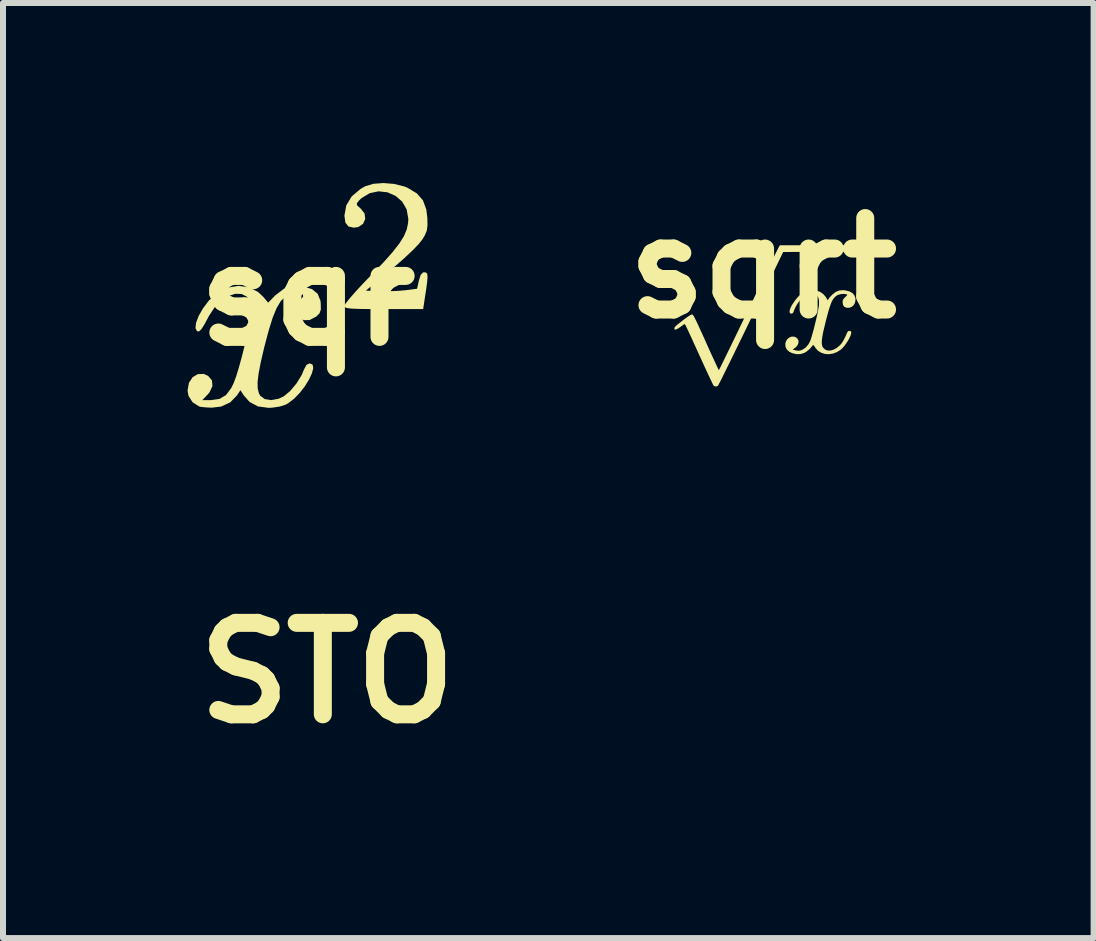
<source format=kicad_pcb>
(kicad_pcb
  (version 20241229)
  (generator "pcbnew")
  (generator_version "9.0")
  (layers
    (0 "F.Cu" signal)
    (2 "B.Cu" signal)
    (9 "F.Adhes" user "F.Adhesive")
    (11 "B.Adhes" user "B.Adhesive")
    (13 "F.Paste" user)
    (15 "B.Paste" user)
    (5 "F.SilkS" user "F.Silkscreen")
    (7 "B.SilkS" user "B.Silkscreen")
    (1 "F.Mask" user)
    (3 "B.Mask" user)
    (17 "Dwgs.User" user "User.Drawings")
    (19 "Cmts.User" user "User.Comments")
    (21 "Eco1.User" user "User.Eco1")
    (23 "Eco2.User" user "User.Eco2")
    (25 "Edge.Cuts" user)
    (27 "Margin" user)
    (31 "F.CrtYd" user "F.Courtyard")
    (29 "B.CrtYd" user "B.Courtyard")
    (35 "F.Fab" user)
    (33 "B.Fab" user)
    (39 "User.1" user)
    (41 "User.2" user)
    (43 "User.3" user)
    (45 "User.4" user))
  (footprint "sqr"
    (layer "F.Cu")
    (at 2.076 1.874)
    (property "Reference" "sqr" (at 0 0 0) (layer "F.SilkS") (effects (font (size 1.524 1.524) (thickness 0.3))))
    (attr board_only exclude_from_pos_files exclude_from_bom)
    (fp_poly (pts (xy 1.443 -1.859) (xy 1.611 -1.817) (xy 1.665 -1.795) (xy 1.819 -1.702) (xy 1.921 -1.587) (xy 1.977 -1.436) (xy 1.995 -1.292) (xy 1.997 -1.169) (xy 1.986 -1.082) (xy 1.953 -1.003) (xy 1.91 -0.932) (xy 1.847 -0.853) (xy 1.742 -0.745) (xy 1.604 -0.616) (xy 1.443 -0.475) (xy 1.392 -0.432) (xy 0.97 -0.081) (xy 1.203 -0.072) (xy 1.357 -0.071) (xy 1.518 -0.078) (xy 1.63 -0.088) (xy 1.824 -0.113) (xy 1.854 -0.25) (xy 1.884 -0.344) (xy 1.923 -0.384) (xy 1.943 -0.387) (xy 1.975 -0.382) (xy 1.993 -0.36) (xy 1.998 -0.309) (xy 1.991 -0.219) (xy 1.972 -0.08) (xy 1.963 -0.024) (xy 1.925 0.226) (xy 1.269 0.226) (xy 1.047 0.226) (xy 0.882 0.224) (xy 0.764 0.22) (xy 0.687 0.214) (xy 0.641 0.205) (xy 0.62 0.191) (xy 0.614 0.173) (xy 0.614 0.169) (xy 0.636 0.13) (xy 0.696 0.053) (xy 0.789 -0.053) (xy 0.907 -0.182) (xy 1.044 -0.324) (xy 1.067 -0.348) (xy 1.264 -0.552) (xy 1.415 -0.722) (xy 1.527 -0.865) (xy 1.605 -0.989) (xy 1.652 -1.102) (xy 1.674 -1.209) (xy 1.678 -1.275) (xy 1.65 -1.435) (xy 1.575 -1.565) (xy 1.464 -1.661) (xy 1.329 -1.72) (xy 1.182 -1.736) (xy 1.034 -1.705) (xy 0.898 -1.623) (xy 0.853 -1.579) (xy 0.819 -1.534) (xy 0.826 -1.5) (xy 0.879 -1.453) (xy 0.883 -1.45) (xy 0.949 -1.367) (xy 0.96 -1.276) (xy 0.924 -1.195) (xy 0.846 -1.142) (xy 0.77 -1.13) (xy 0.68 -1.15) (xy 0.629 -1.215) (xy 0.613 -1.33) (xy 0.613 -1.331) (xy 0.644 -1.502) (xy 0.734 -1.651) (xy 0.882 -1.776) (xy 0.959 -1.82) (xy 1.094 -1.861) (xy 1.263 -1.874)) (stroke (width 0) (type solid)) (fill yes) (layer "F.SilkS"))
    (fp_poly (pts (xy -0.979 -0.136) (xy -0.826 -0.059) (xy -0.736 0.026) (xy -0.658 0.119) (xy -0.537 -0.004) (xy -0.398 -0.11) (xy -0.243 -0.157) (xy -0.072 -0.15) (xy 0.074 -0.106) (xy 0.168 -0.028) (xy 0.214 0.089) (xy 0.219 0.137) (xy 0.22 0.235) (xy 0.198 0.297) (xy 0.145 0.35) (xy 0.143 0.351) (xy 0.033 0.409) (xy -0.07 0.411) (xy -0.143 0.369) (xy -0.187 0.285) (xy -0.186 0.183) (xy -0.142 0.094) (xy -0.129 0.081) (xy -0.075 0.02) (xy -0.078 -0.015) (xy -0.141 -0.031) (xy -0.189 -0.032) (xy -0.287 -0.02) (xy -0.372 0.019) (xy -0.447 0.093) (xy -0.515 0.206) (xy -0.581 0.365) (xy -0.647 0.576) (xy -0.718 0.844) (xy -0.725 0.872) (xy -0.781 1.112) (xy -0.817 1.3) (xy -0.834 1.442) (xy -0.832 1.549) (xy -0.812 1.629) (xy -0.789 1.671) (xy -0.714 1.726) (xy -0.606 1.743) (xy -0.483 1.72) (xy -0.396 1.679) (xy -0.289 1.59) (xy -0.183 1.462) (xy -0.097 1.321) (xy -0.064 1.24) (xy -0.019 1.155) (xy 0.035 1.13) (xy 0.083 1.152) (xy 0.094 1.211) (xy 0.071 1.297) (xy 0.022 1.402) (xy -0.047 1.514) (xy -0.132 1.623) (xy -0.227 1.721) (xy -0.325 1.796) (xy -0.369 1.82) (xy -0.467 1.851) (xy -0.591 1.869) (xy -0.65 1.872) (xy -0.828 1.848) (xy -0.967 1.774) (xy -1.064 1.664) (xy -1.12 1.578) (xy -1.175 1.662) (xy -1.29 1.781) (xy -1.443 1.851) (xy -1.598 1.869) (xy -1.702 1.864) (xy -1.783 1.855) (xy -1.807 1.849) (xy -1.917 1.779) (xy -1.985 1.672) (xy -2.001 1.583) (xy -1.978 1.456) (xy -1.917 1.362) (xy -1.83 1.31) (xy -1.73 1.307) (xy -1.659 1.339) (xy -1.595 1.413) (xy -1.586 1.508) (xy -1.633 1.611) (xy -1.668 1.652) (xy -1.755 1.743) (xy -1.608 1.743) (xy -1.469 1.723) (xy -1.361 1.66) (xy -1.274 1.544) (xy -1.231 1.456) (xy -1.191 1.348) (xy -1.145 1.197) (xy -1.096 1.019) (xy -1.048 0.828) (xy -1.005 0.64) (xy -0.969 0.469) (xy -0.945 0.329) (xy -0.936 0.236) (xy -0.936 0.236) (xy -0.957 0.105) (xy -1.015 0.018) (xy -1.101 -0.026) (xy -1.207 -0.028) (xy -1.323 0.01) (xy -1.441 0.087) (xy -1.553 0.201) (xy -1.65 0.35) (xy -1.652 0.356) (xy -1.722 0.486) (xy -1.772 0.564) (xy -1.81 0.598) (xy -1.841 0.596) (xy -1.842 0.596) (xy -1.869 0.544) (xy -1.859 0.455) (xy -1.816 0.341) (xy -1.743 0.214) (xy -1.647 0.086) (xy -1.638 0.077) (xy -1.489 -0.054) (xy -1.321 -0.133) (xy -1.148 -0.161)) (stroke (width 0) (type solid)) (fill yes) (layer "F.SilkS")))
  (footprint "sqrt"
    (layer "F.Cu")
    (at 9.662 1.418)
    (property "Reference" "sqrt" (at 0 0 0) (layer "F.SilkS") (effects (font (size 1.524 1.524) (thickness 0.3))))
    (attr board_only exclude_from_pos_files exclude_from_bom)
    (fp_poly (pts (xy 1.651 -0.274) (xy 0.338 -0.269) (xy -0.198 0.84) (xy -0.265 0.979) (xy -0.329 1.112) (xy -0.392 1.24) (xy -0.451 1.361) (xy -0.506 1.474) (xy -0.557 1.578) (xy -0.603 1.671) (xy -0.644 1.754) (xy -0.678 1.824) (xy -0.707 1.881) (xy -0.729 1.923) (xy -0.743 1.951) (xy -0.75 1.961) (xy -0.75 1.961) (xy -0.778 1.972) (xy -0.806 1.968) (xy -0.822 1.956) (xy -0.829 1.944) (xy -0.843 1.916) (xy -0.863 1.874) (xy -0.889 1.819) (xy -0.92 1.753) (xy -0.955 1.678) (xy -0.993 1.595) (xy -1.033 1.507) (xy -1.05 1.47) (xy -1.101 1.358) (xy -1.145 1.262) (xy -1.181 1.181) (xy -1.212 1.115) (xy -1.237 1.061) (xy -1.257 1.018) (xy -1.272 0.986) (xy -1.284 0.962) (xy -1.293 0.946) (xy -1.3 0.937) (xy -1.305 0.932) (xy -1.309 0.932) (xy -1.312 0.934) (xy -1.315 0.937) (xy -1.318 0.939) (xy -1.372 0.978) (xy -1.413 1.005) (xy -1.442 1.02) (xy -1.461 1.025) (xy -1.472 1.019) (xy -1.475 1.003) (xy -1.475 1.002) (xy -1.472 0.991) (xy -1.462 0.976) (xy -1.443 0.957) (xy -1.413 0.932) (xy -1.37 0.898) (xy -1.341 0.875) (xy -1.289 0.836) (xy -1.245 0.805) (xy -1.211 0.784) (xy -1.189 0.773) (xy -1.184 0.772) (xy -1.178 0.772) (xy -1.173 0.774) (xy -1.167 0.779) (xy -1.16 0.788) (xy -1.151 0.802) (xy -1.139 0.823) (xy -1.125 0.852) (xy -1.106 0.89) (xy -1.083 0.938) (xy -1.056 0.999) (xy -1.022 1.072) (xy -0.982 1.16) (xy -0.936 1.263) (xy -0.899 1.346) (xy -0.864 1.423) (xy -0.831 1.495) (xy -0.801 1.559) (xy -0.776 1.613) (xy -0.756 1.656) (xy -0.742 1.685) (xy -0.734 1.699) (xy -0.733 1.7) (xy -0.729 1.691) (xy -0.716 1.666) (xy -0.695 1.625) (xy -0.668 1.57) (xy -0.635 1.502) (xy -0.596 1.422) (xy -0.551 1.331) (xy -0.502 1.23) (xy -0.449 1.12) (xy -0.392 1.002) (xy -0.332 0.878) (xy -0.269 0.748) (xy -0.241 0.69) (xy -0.177 0.558) (xy -0.116 0.43) (xy -0.057 0.308) (xy -0.001 0.192) (xy 0.051 0.085) (xy 0.099 -0.013) (xy 0.142 -0.101) (xy 0.179 -0.178) (xy 0.21 -0.242) (xy 0.235 -0.292) (xy 0.253 -0.328) (xy 0.263 -0.347) (xy 0.264 -0.35) (xy 0.283 -0.381) (xy 1.651 -0.381)) (stroke (width 0) (type solid)) (fill yes) (layer "F.SilkS"))
    (fp_poly (pts (xy 0.887 0.373) (xy 0.95 0.394) (xy 1.004 0.43) (xy 1.047 0.479) (xy 1.051 0.486) (xy 1.081 0.536) (xy 1.097 0.509) (xy 1.112 0.488) (xy 1.137 0.461) (xy 1.161 0.437) (xy 1.216 0.395) (xy 1.275 0.372) (xy 1.339 0.367) (xy 1.38 0.372) (xy 1.446 0.389) (xy 1.494 0.417) (xy 1.526 0.455) (xy 1.542 0.503) (xy 1.543 0.528) (xy 1.535 0.577) (xy 1.512 0.618) (xy 1.478 0.647) (xy 1.435 0.661) (xy 1.397 0.661) (xy 1.361 0.647) (xy 1.338 0.621) (xy 1.329 0.58) (xy 1.329 0.569) (xy 1.33 0.542) (xy 1.337 0.522) (xy 1.354 0.501) (xy 1.372 0.483) (xy 1.395 0.46) (xy 1.405 0.447) (xy 1.404 0.44) (xy 1.394 0.436) (xy 1.394 0.436) (xy 1.346 0.429) (xy 1.297 0.433) (xy 1.253 0.445) (xy 1.239 0.452) (xy 1.213 0.47) (xy 1.191 0.491) (xy 1.17 0.517) (xy 1.151 0.55) (xy 1.133 0.593) (xy 1.114 0.647) (xy 1.093 0.714) (xy 1.071 0.797) (xy 1.049 0.879) (xy 1.025 0.98) (xy 1.005 1.063) (xy 0.992 1.132) (xy 0.984 1.188) (xy 0.981 1.233) (xy 0.983 1.269) (xy 0.989 1.297) (xy 1 1.32) (xy 1.004 1.325) (xy 1.037 1.357) (xy 1.079 1.373) (xy 1.127 1.373) (xy 1.179 1.358) (xy 1.232 1.329) (xy 1.284 1.285) (xy 1.287 1.281) (xy 1.32 1.242) (xy 1.352 1.188) (xy 1.385 1.119) (xy 1.405 1.072) (xy 1.42 1.051) (xy 1.441 1.045) (xy 1.462 1.05) (xy 1.471 1.06) (xy 1.472 1.084) (xy 1.462 1.12) (xy 1.443 1.163) (xy 1.417 1.21) (xy 1.386 1.258) (xy 1.353 1.302) (xy 1.319 1.339) (xy 1.298 1.358) (xy 1.234 1.399) (xy 1.166 1.424) (xy 1.098 1.434) (xy 1.031 1.429) (xy 0.97 1.409) (xy 0.916 1.375) (xy 0.873 1.326) (xy 0.869 1.319) (xy 0.854 1.296) (xy 0.842 1.282) (xy 0.839 1.28) (xy 0.83 1.287) (xy 0.818 1.302) (xy 0.78 1.347) (xy 0.731 1.388) (xy 0.689 1.413) (xy 0.625 1.432) (xy 0.557 1.433) (xy 0.489 1.417) (xy 0.436 1.391) (xy 0.398 1.355) (xy 0.377 1.311) (xy 0.374 1.261) (xy 0.38 1.232) (xy 0.401 1.19) (xy 0.434 1.159) (xy 0.474 1.142) (xy 0.517 1.141) (xy 0.547 1.151) (xy 0.577 1.175) (xy 0.593 1.207) (xy 0.593 1.244) (xy 0.579 1.282) (xy 0.55 1.317) (xy 0.536 1.328) (xy 0.497 1.357) (xy 0.534 1.367) (xy 0.58 1.376) (xy 0.618 1.374) (xy 0.659 1.359) (xy 0.659 1.359) (xy 0.712 1.324) (xy 0.757 1.272) (xy 0.785 1.221) (xy 0.797 1.19) (xy 0.812 1.142) (xy 0.829 1.083) (xy 0.848 1.015) (xy 0.866 0.942) (xy 0.884 0.868) (xy 0.901 0.796) (xy 0.915 0.729) (xy 0.926 0.672) (xy 0.933 0.627) (xy 0.935 0.609) (xy 0.935 0.543) (xy 0.925 0.494) (xy 0.905 0.459) (xy 0.872 0.438) (xy 0.828 0.43) (xy 0.817 0.43) (xy 0.757 0.439) (xy 0.698 0.467) (xy 0.64 0.513) (xy 0.63 0.523) (xy 0.596 0.564) (xy 0.563 0.614) (xy 0.535 0.667) (xy 0.515 0.715) (xy 0.513 0.725) (xy 0.5 0.748) (xy 0.479 0.759) (xy 0.457 0.754) (xy 0.453 0.751) (xy 0.444 0.732) (xy 0.447 0.701) (xy 0.46 0.663) (xy 0.482 0.619) (xy 0.512 0.572) (xy 0.546 0.525) (xy 0.583 0.481) (xy 0.623 0.443) (xy 0.662 0.413) (xy 0.682 0.402) (xy 0.75 0.376) (xy 0.82 0.367)) (stroke (width 0) (type solid)) (fill yes) (layer "F.SilkS")))
  (footprint "STO"
    (layer "F.Cu")
    (at 2.402 8.163)
    (property "Reference" "STO" (at 0 0 0) (layer "F.SilkS") (effects (font (size 1.524 1.524) (thickness 0.3))))
    (attr board_only exclude_from_pos_files exclude_from_bom)
    (fp_poly (pts (xy 0.406 -0.039) (xy -0.078 -0.039) (xy -0.078 1.125) (xy -0.258 1.125) (xy -0.258 -0.039) (xy -0.742 -0.039) (xy -0.742 -0.172) (xy 0.406 -0.172)) (stroke (width 0) (type solid)) (fill yes) (layer "F.Mask"))
    (fp_poly (pts (xy 1.252 -0.212) (xy 1.304 -0.199) (xy 1.358 -0.178) (xy 1.379 -0.168) (xy 1.459 -0.122) (xy 1.529 -0.064) (xy 1.59 0.006) (xy 1.644 0.088) (xy 1.664 0.127) (xy 1.689 0.182) (xy 1.708 0.23) (xy 1.722 0.277) (xy 1.731 0.325) (xy 1.736 0.38) (xy 1.738 0.443) (xy 1.738 0.48) (xy 1.737 0.549) (xy 1.733 0.606) (xy 1.727 0.655) (xy 1.716 0.7) (xy 1.701 0.744) (xy 1.681 0.791) (xy 1.672 0.812) (xy 1.621 0.902) (xy 1.562 0.979) (xy 1.494 1.044) (xy 1.438 1.085) (xy 1.368 1.123) (xy 1.291 1.15) (xy 1.213 1.166) (xy 1.136 1.17) (xy 1.098 1.166) (xy 1.012 1.147) (xy 0.929 1.113) (xy 0.852 1.066) (xy 0.782 1.007) (xy 0.72 0.937) (xy 0.668 0.857) (xy 0.662 0.845) (xy 0.618 0.745) (xy 0.588 0.641) (xy 0.573 0.533) (xy 0.573 0.487) (xy 0.749 0.487) (xy 0.751 0.521) (xy 0.763 0.62) (xy 0.787 0.711) (xy 0.82 0.794) (xy 0.863 0.866) (xy 0.915 0.928) (xy 0.975 0.979) (xy 1.043 1.016) (xy 1.066 1.026) (xy 1.116 1.037) (xy 1.173 1.038) (xy 1.23 1.03) (xy 1.283 1.014) (xy 1.289 1.011) (xy 1.353 0.972) (xy 1.409 0.921) (xy 1.458 0.858) (xy 1.499 0.786) (xy 1.531 0.704) (xy 1.554 0.615) (xy 1.566 0.521) (xy 1.568 0.422) (xy 1.568 0.414) (xy 1.562 0.347) (xy 1.553 0.289) (xy 1.538 0.235) (xy 1.517 0.18) (xy 1.503 0.15) (xy 1.479 0.104) (xy 1.454 0.067) (xy 1.423 0.032) (xy 1.416 0.024) (xy 1.356 -0.027) (xy 1.293 -0.063) (xy 1.228 -0.085) (xy 1.162 -0.093) (xy 1.096 -0.087) (xy 1.032 -0.068) (xy 0.971 -0.035) (xy 0.914 0.01) (xy 0.863 0.068) (xy 0.819 0.139) (xy 0.812 0.152) (xy 0.781 0.228) (xy 0.76 0.307) (xy 0.75 0.393) (xy 0.749 0.487) (xy 0.573 0.487) (xy 0.573 0.424) (xy 0.588 0.314) (xy 0.618 0.206) (xy 0.62 0.2) (xy 0.66 0.109) (xy 0.71 0.027) (xy 0.774 -0.047) (xy 0.785 -0.059) (xy 0.851 -0.117) (xy 0.917 -0.161) (xy 0.986 -0.191) (xy 1.059 -0.21) (xy 1.131 -0.217) (xy 1.196 -0.218)) (stroke (width 0) (type solid)) (fill yes) (layer "F.Mask"))
    (fp_poly (pts (xy -1.234 -0.214) (xy -1.159 -0.202) (xy -1.088 -0.183) (xy -1.026 -0.158) (xy -0.987 -0.137) (xy -0.971 -0.126) (xy -0.986 -0.048) (xy -1.002 0.03) (xy -1.063 -0.012) (xy -1.128 -0.05) (xy -1.193 -0.074) (xy -1.262 -0.087) (xy -1.308 -0.089) (xy -1.372 -0.086) (xy -1.427 -0.074) (xy -1.476 -0.052) (xy -1.502 -0.035) (xy -1.535 -0.003) (xy -1.564 0.037) (xy -1.584 0.08) (xy -1.591 0.107) (xy -1.59 0.153) (xy -1.576 0.2) (xy -1.551 0.244) (xy -1.516 0.282) (xy -1.475 0.309) (xy -1.455 0.318) (xy -1.423 0.329) (xy -1.382 0.342) (xy -1.337 0.355) (xy -1.303 0.364) (xy -1.239 0.382) (xy -1.184 0.399) (xy -1.14 0.416) (xy -1.116 0.427) (xy -1.058 0.466) (xy -1.006 0.516) (xy -0.963 0.576) (xy -0.932 0.641) (xy -0.922 0.672) (xy -0.915 0.712) (xy -0.913 0.76) (xy -0.915 0.81) (xy -0.921 0.856) (xy -0.928 0.883) (xy -0.949 0.935) (xy -0.972 0.977) (xy -1.001 1.016) (xy -1.031 1.047) (xy -1.09 1.097) (xy -1.155 1.133) (xy -1.212 1.153) (xy -1.242 1.159) (xy -1.28 1.164) (xy -1.321 1.168) (xy -1.359 1.169) (xy -1.389 1.169) (xy -1.399 1.168) (xy -1.416 1.165) (xy -1.443 1.16) (xy -1.473 1.155) (xy -1.517 1.146) (xy -1.564 1.133) (xy -1.611 1.117) (xy -1.656 1.099) (xy -1.696 1.081) (xy -1.73 1.062) (xy -1.753 1.045) (xy -1.765 1.031) (xy -1.766 1.027) (xy -1.764 1.013) (xy -1.761 0.99) (xy -1.756 0.962) (xy -1.75 0.933) (xy -1.745 0.907) (xy -1.74 0.89) (xy -1.738 0.884) (xy -1.732 0.887) (xy -1.715 0.898) (xy -1.692 0.913) (xy -1.685 0.918) (xy -1.604 0.966) (xy -1.519 1.001) (xy -1.432 1.023) (xy -1.345 1.03) (xy -1.324 1.03) (xy -1.269 1.024) (xy -1.224 1.012) (xy -1.185 0.992) (xy -1.146 0.962) (xy -1.142 0.957) (xy -1.103 0.911) (xy -1.078 0.86) (xy -1.067 0.806) (xy -1.069 0.752) (xy -1.085 0.699) (xy -1.115 0.65) (xy -1.141 0.622) (xy -1.16 0.605) (xy -1.178 0.591) (xy -1.199 0.58) (xy -1.225 0.569) (xy -1.258 0.558) (xy -1.301 0.545) (xy -1.356 0.531) (xy -1.42 0.513) (xy -1.472 0.498) (xy -1.513 0.482) (xy -1.547 0.467) (xy -1.576 0.449) (xy -1.603 0.428) (xy -1.627 0.408) (xy -1.676 0.351) (xy -1.712 0.291) (xy -1.734 0.227) (xy -1.743 0.162) (xy -1.74 0.098) (xy -1.724 0.036) (xy -1.696 -0.024) (xy -1.657 -0.078) (xy -1.607 -0.126) (xy -1.547 -0.166) (xy -1.477 -0.196) (xy -1.442 -0.207) (xy -1.379 -0.217) (xy -1.308 -0.219)) (stroke (width 0) (type solid)) (fill yes) (layer "F.Mask")))
  (gr_rect
    (start -3 -3)
    (end 15.173 12.581)
    (stroke (width 0.1) (type default))
    (fill no)
    (layer "Edge.Cuts")))
</source>
